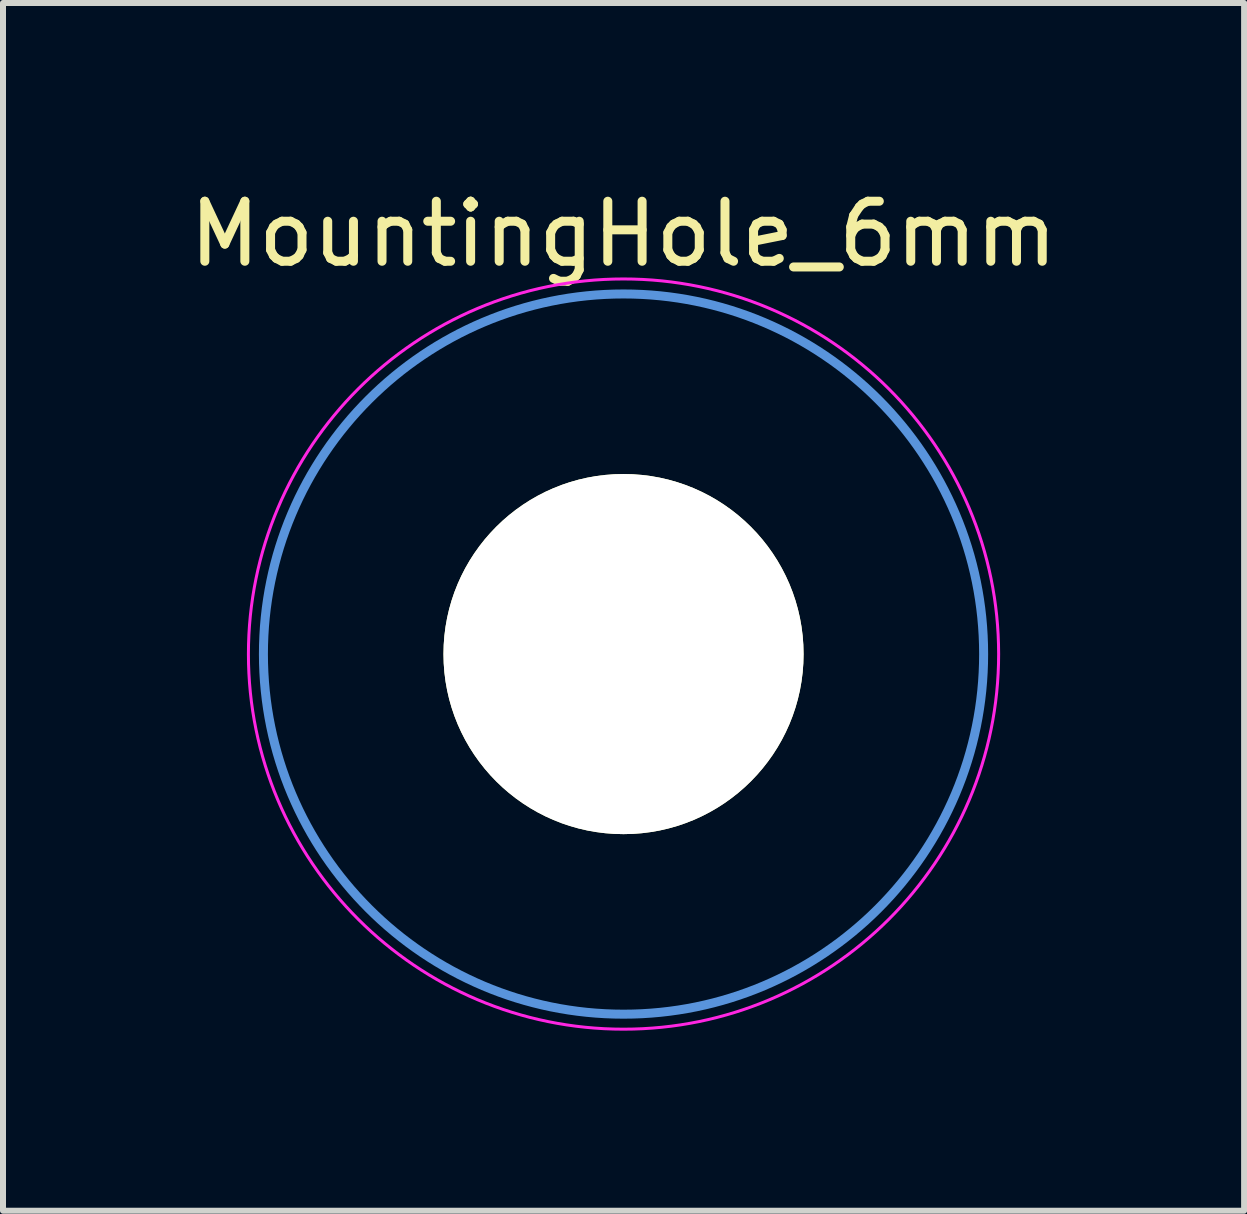
<source format=kicad_pcb>
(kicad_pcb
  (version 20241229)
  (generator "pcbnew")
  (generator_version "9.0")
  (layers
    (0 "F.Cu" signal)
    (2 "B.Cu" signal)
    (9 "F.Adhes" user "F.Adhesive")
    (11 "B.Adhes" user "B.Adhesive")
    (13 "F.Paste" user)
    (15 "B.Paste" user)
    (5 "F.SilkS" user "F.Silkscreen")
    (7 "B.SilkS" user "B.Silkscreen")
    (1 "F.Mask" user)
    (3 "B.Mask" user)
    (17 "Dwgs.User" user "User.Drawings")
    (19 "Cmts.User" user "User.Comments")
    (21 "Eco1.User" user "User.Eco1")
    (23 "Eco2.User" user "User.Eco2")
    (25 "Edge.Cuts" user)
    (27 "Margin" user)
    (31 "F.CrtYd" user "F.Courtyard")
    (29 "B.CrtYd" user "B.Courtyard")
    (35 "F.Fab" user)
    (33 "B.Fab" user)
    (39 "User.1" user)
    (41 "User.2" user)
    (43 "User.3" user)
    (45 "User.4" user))
  (footprint "MountingHole_6mm"
    (layer "F.Cu")
    (at 7.339 7.848)
    (property "Reference" "MountingHole_6mm" (at 0 -7 0) (layer "F.SilkS") (effects (font (size 1 1) (thickness 0.15))))
    (attr through_hole)
    (fp_circle (center 0 0) (end 6 0) (stroke (width 0.15) (type solid)) (fill no) (layer "Cmts.User"))
    (fp_circle (center 0 0) (end 6.25 0) (stroke (width 0.05) (type solid)) (fill no) (layer "F.CrtYd"))
    (pad "" np_thru_hole circle (at 0 0) (size 6 6) (drill 6) (layers "*.Cu" "*.Mask" "F.SilkS")))
  (gr_rect
    (start -3 -3)
    (end 17.679 17.123)
    (stroke (width 0.1) (type default))
    (fill no)
    (layer "Edge.Cuts")))
</source>
